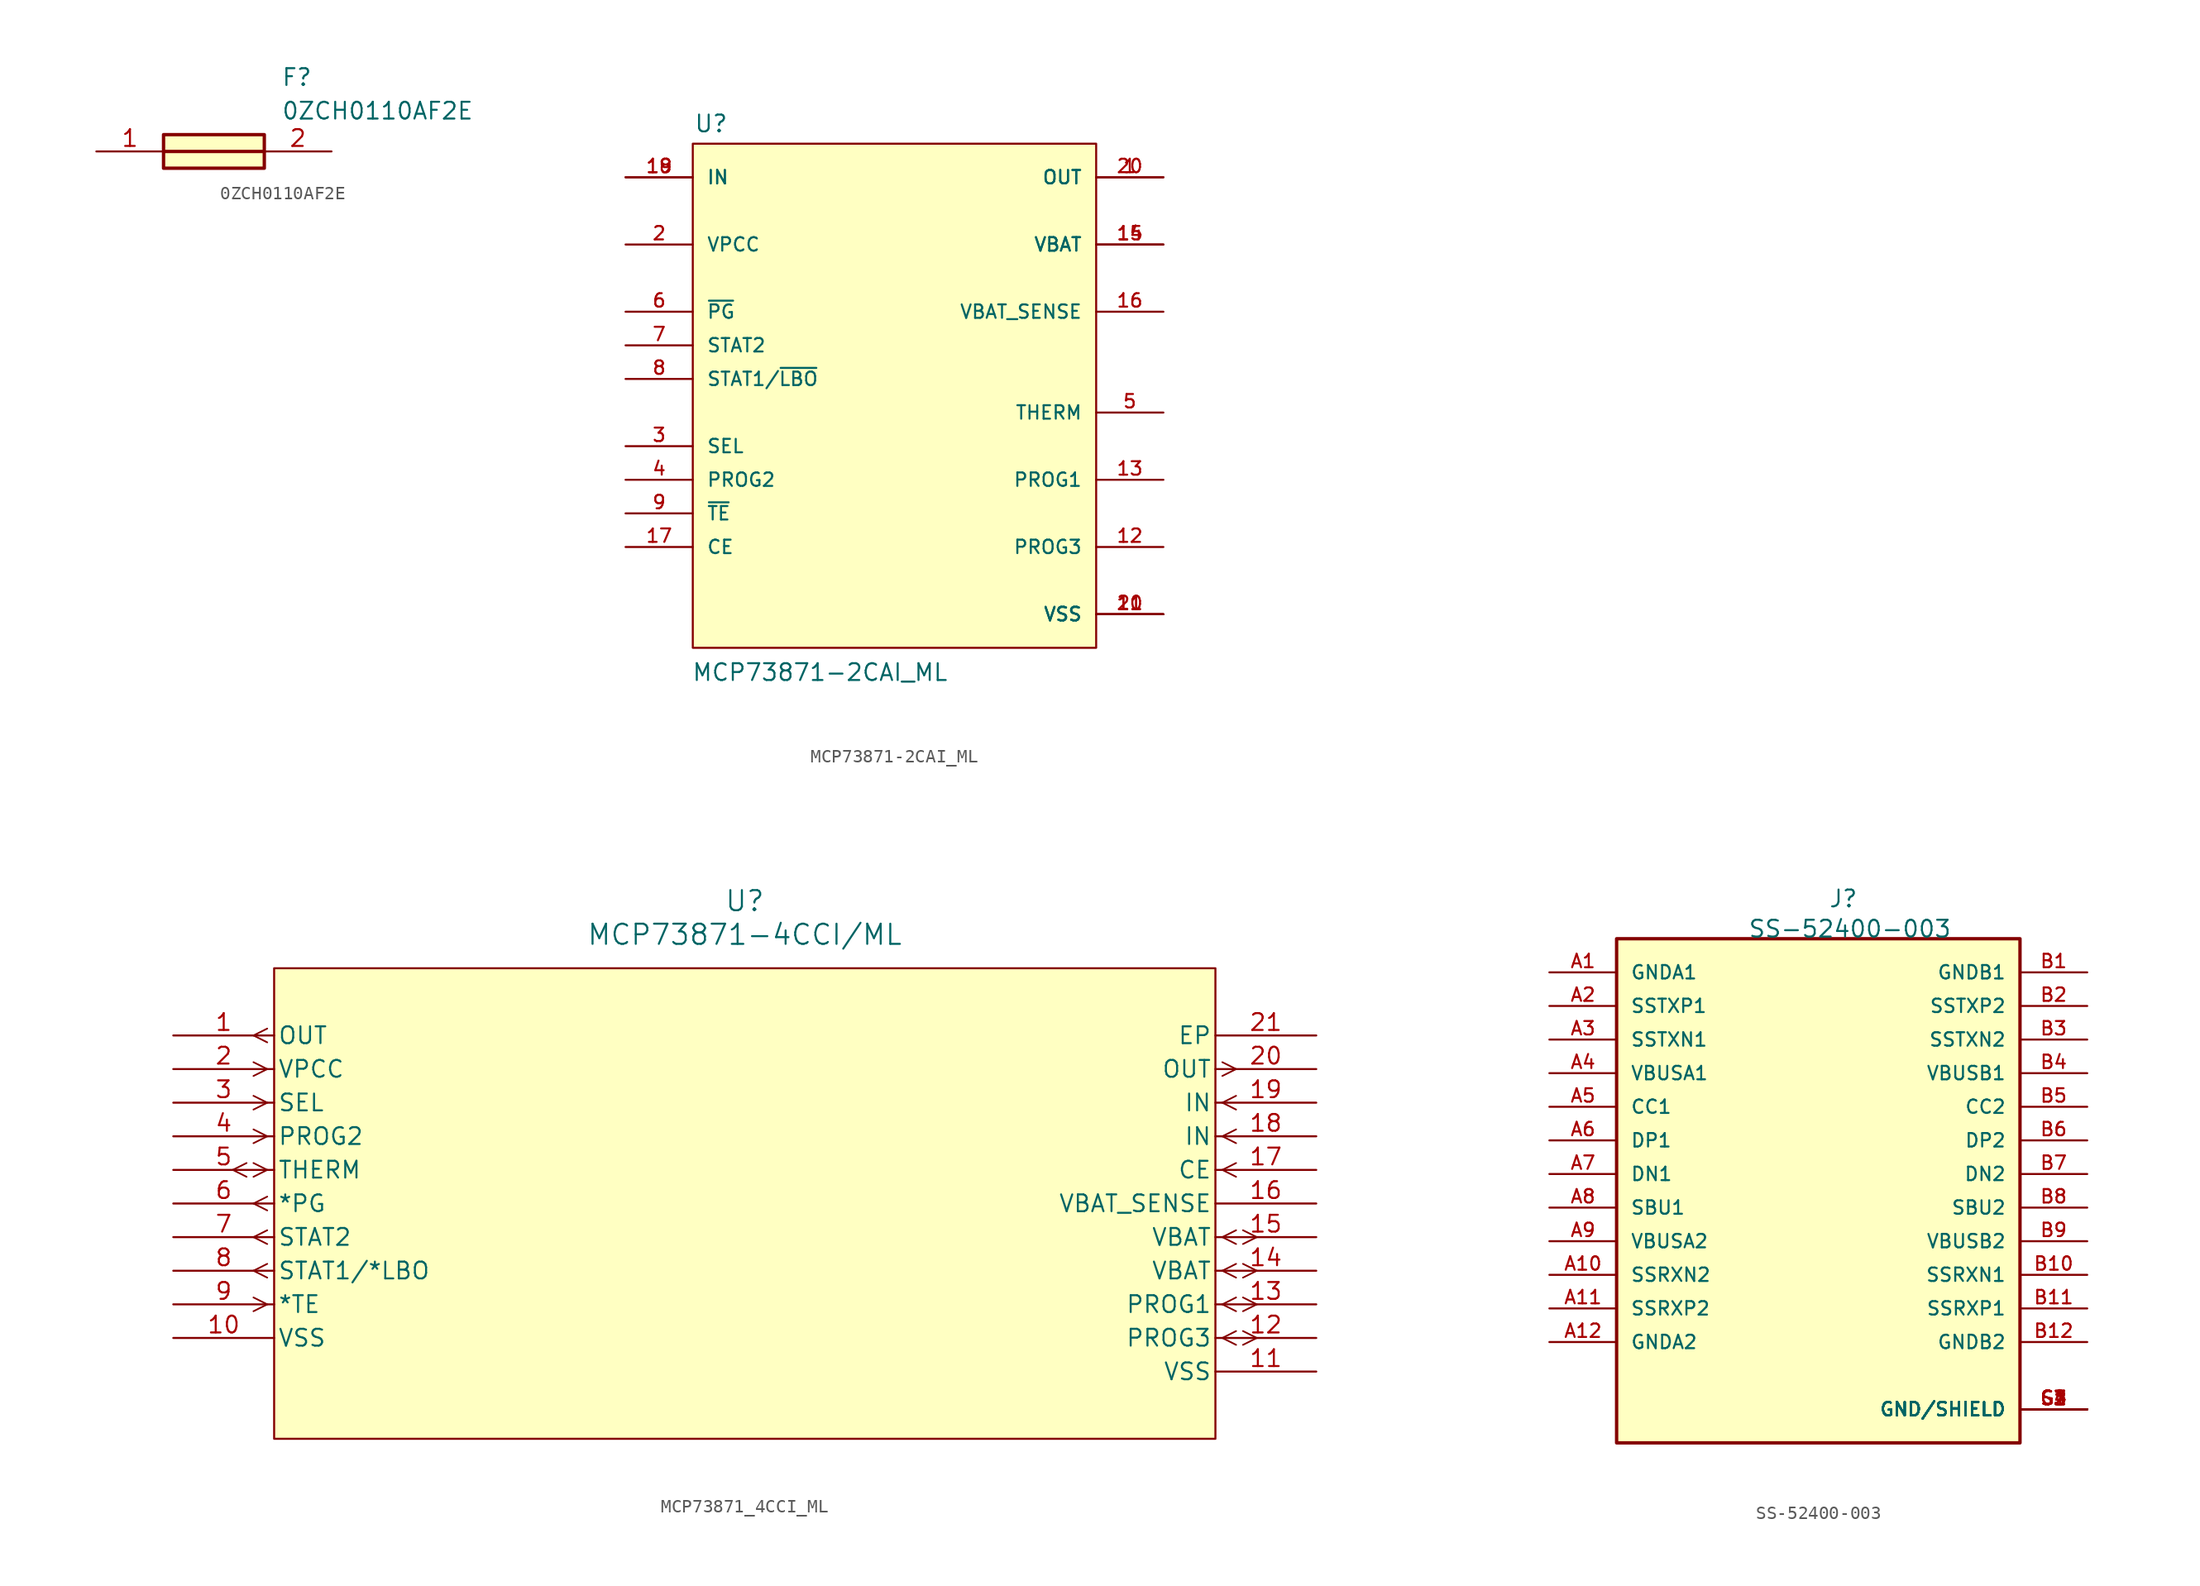
<source format=kicad_sym>
(kicad_symbol_lib
  (version 20241209)
  (generator "kicad_symbol_editor")
  (generator_version "9.0")
  (symbol "0ZCH0110AF2E"
    (pin_names
      (hide yes))
    (property "Reference" "F"
      (at 5.08 6.35 0)
      (effects (font (size 1.27 1.27)) (justify left top)))
    (property "Value" "0ZCH0110AF2E"
      (at 5.08 3.81 0)
      (effects (font (size 1.27 1.27)) (justify left top)))
    (symbol "0ZCH0110AF2E_1_1"
      (rectangle (start -3.81 1.27) (end 3.81 -1.27) (stroke (width 0.254) (type default)) (fill (type background)))
      (polyline (pts (xy -3.81 0) (xy 3.81 0)) (stroke (width 0.254) (type default)) (fill (type none)))
      (pin passive line (at -8.89 0 0) (length 5.08) (name "1" (effects (font (size 1.27 1.27)))) (number "1" (effects (font (size 1.27 1.27)))))
      (pin passive line (at 8.89 0 180) (length 5.08) (name "2" (effects (font (size 1.27 1.27)))) (number "2" (effects (font (size 1.27 1.27)))))))
  (symbol "MCP73871-2CAI_ML"
    (pin_names
      (offset 1.016))
    (property "Reference" "U"
      (at -15.168 18.548 0)
      (effects (font (size 1.27 1.27)) (justify left bottom)))
    (property "Value" "MCP73871-2CAI_ML"
      (at -15.339 -22.916 0)
      (effects (font (size 1.27 1.27)) (justify left bottom)))
    (symbol "MCP73871-2CAI_ML_0_0"
      (rectangle (start -15.24 17.78) (end 15.24 -20.32) (stroke (width 0.152) (type default)) (fill (type background)))
      (pin input line (at -20.32 15.24 0) (length 5.08) (name "IN" (effects (font (size 1.016 1.016)))) (number "18" (effects (font (size 1.016 1.016)))))
      (pin input line (at -20.32 15.24 0) (length 5.08) (name "IN" (effects (font (size 1.016 1.016)))) (number "19" (effects (font (size 1.016 1.016)))))
      (pin input line (at -20.32 10.16 0) (length 5.08) (name "VPCC" (effects (font (size 1.016 1.016)))) (number "2" (effects (font (size 1.016 1.016)))))
      (pin output line (at -20.32 5.08 0) (length 5.08) (name "~{PG}" (effects (font (size 1.016 1.016)))) (number "6" (effects (font (size 1.016 1.016)))))
      (pin output line (at -20.32 2.54 0) (length 5.08) (name "STAT2" (effects (font (size 1.016 1.016)))) (number "7" (effects (font (size 1.016 1.016)))))
      (pin output line (at -20.32 0 0) (length 5.08) (name "STAT1/~{LBO}" (effects (font (size 1.016 1.016)))) (number "8" (effects (font (size 1.016 1.016)))))
      (pin input line (at -20.32 -5.08 0) (length 5.08) (name "SEL" (effects (font (size 1.016 1.016)))) (number "3" (effects (font (size 1.016 1.016)))))
      (pin input line (at -20.32 -7.62 0) (length 5.08) (name "PROG2" (effects (font (size 1.016 1.016)))) (number "4" (effects (font (size 1.016 1.016)))))
      (pin input line (at -20.32 -10.16 0) (length 5.08) (name "~{TE}" (effects (font (size 1.016 1.016)))) (number "9" (effects (font (size 1.016 1.016)))))
      (pin input line (at -20.32 -12.7 0) (length 5.08) (name "CE" (effects (font (size 1.016 1.016)))) (number "17" (effects (font (size 1.016 1.016)))))
      (pin output line (at 20.32 15.24 180) (length 5.08) (name "OUT" (effects (font (size 1.016 1.016)))) (number "1" (effects (font (size 1.016 1.016)))))
      (pin output line (at 20.32 15.24 180) (length 5.08) (name "OUT" (effects (font (size 1.016 1.016)))) (number "20" (effects (font (size 1.016 1.016)))))
      (pin bidirectional line (at 20.32 10.16 180) (length 5.08) (name "VBAT" (effects (font (size 1.016 1.016)))) (number "14" (effects (font (size 1.016 1.016)))))
      (pin bidirectional line (at 20.32 10.16 180) (length 5.08) (name "VBAT" (effects (font (size 1.016 1.016)))) (number "15" (effects (font (size 1.016 1.016)))))
      (pin bidirectional line (at 20.32 5.08 180) (length 5.08) (name "VBAT_SENSE" (effects (font (size 1.016 1.016)))) (number "16" (effects (font (size 1.016 1.016)))))
      (pin bidirectional line (at 20.32 -2.54 180) (length 5.08) (name "THERM" (effects (font (size 1.016 1.016)))) (number "5" (effects (font (size 1.016 1.016)))))
      (pin bidirectional line (at 20.32 -7.62 180) (length 5.08) (name "PROG1" (effects (font (size 1.016 1.016)))) (number "13" (effects (font (size 1.016 1.016)))))
      (pin bidirectional line (at 20.32 -12.7 180) (length 5.08) (name "PROG3" (effects (font (size 1.016 1.016)))) (number "12" (effects (font (size 1.016 1.016)))))
      (pin power_in line (at 20.32 -17.78 180) (length 5.08) (name "VSS" (effects (font (size 1.016 1.016)))) (number "10" (effects (font (size 1.016 1.016)))))
      (pin power_in line (at 20.32 -17.78 180) (length 5.08) (name "VSS" (effects (font (size 1.016 1.016)))) (number "11" (effects (font (size 1.016 1.016)))))
      (pin power_in line (at 20.32 -17.78 180) (length 5.08) (name "VSS" (effects (font (size 1.016 1.016)))) (number "21" (effects (font (size 1.016 1.016)))))))
  (symbol "MCP73871_4CCI_ML"
    (pin_names
      (offset 0.254))
    (property "Reference" "U"
      (at 1.27 20.32 0)
      (effects (font (size 1.524 1.524))))
    (property "Value" "MCP73871-4CCI/ML"
      (at 1.27 17.78 0)
      (effects (font (size 1.524 1.524))))
    (property "ki_locked" ""
      (at 0 0 0)
      (effects (font (size 1.27 1.27))))
    (symbol "MCP73871_4CCI_ML_0_1"
      (polyline (pts (xy -36.373 0.521) (xy -37.414 0)) (stroke (width 0.127) (type default)) (fill (type none)))
      (polyline (pts (xy -36.373 -0.521) (xy -37.414 0)) (stroke (width 0.127) (type default)) (fill (type none)))
      (polyline (pts (xy -34.811 10.681) (xy -35.852 10.16)) (stroke (width 0.127) (type default)) (fill (type none)))
      (polyline (pts (xy -34.811 9.639) (xy -35.852 10.16)) (stroke (width 0.127) (type default)) (fill (type none)))
      (polyline (pts (xy -34.811 7.62) (xy -35.852 8.141)) (stroke (width 0.127) (type default)) (fill (type none)))
      (polyline (pts (xy -34.811 7.62) (xy -35.852 7.099)) (stroke (width 0.127) (type default)) (fill (type none)))
      (polyline (pts (xy -34.811 5.08) (xy -35.852 5.601)) (stroke (width 0.127) (type default)) (fill (type none)))
      (polyline (pts (xy -34.811 5.08) (xy -35.852 4.559)) (stroke (width 0.127) (type default)) (fill (type none)))
      (polyline (pts (xy -34.811 2.54) (xy -35.852 3.061)) (stroke (width 0.127) (type default)) (fill (type none)))
      (polyline (pts (xy -34.811 2.54) (xy -35.852 2.019)) (stroke (width 0.127) (type default)) (fill (type none)))
      (polyline (pts (xy -34.811 0) (xy -35.852 0.521)) (stroke (width 0.127) (type default)) (fill (type none)))
      (polyline (pts (xy -34.811 0) (xy -35.852 -0.521)) (stroke (width 0.127) (type default)) (fill (type none)))
      (polyline (pts (xy -34.811 -2.019) (xy -35.852 -2.54)) (stroke (width 0.127) (type default)) (fill (type none)))
      (polyline (pts (xy -34.811 -3.061) (xy -35.852 -2.54)) (stroke (width 0.127) (type default)) (fill (type none)))
      (polyline (pts (xy -34.811 -4.559) (xy -35.852 -5.08)) (stroke (width 0.127) (type default)) (fill (type none)))
      (polyline (pts (xy -34.811 -5.601) (xy -35.852 -5.08)) (stroke (width 0.127) (type default)) (fill (type none)))
      (polyline (pts (xy -34.811 -7.099) (xy -35.852 -7.62)) (stroke (width 0.127) (type default)) (fill (type none)))
      (polyline (pts (xy -34.811 -8.141) (xy -35.852 -7.62)) (stroke (width 0.127) (type default)) (fill (type none)))
      (polyline (pts (xy -34.811 -10.16) (xy -35.852 -9.639)) (stroke (width 0.127) (type default)) (fill (type none)))
      (polyline (pts (xy -34.811 -10.16) (xy -35.852 -10.681)) (stroke (width 0.127) (type default)) (fill (type none)))
      (polyline (pts (xy 37.351 8.141) (xy 38.392 7.62)) (stroke (width 0.127) (type default)) (fill (type none)))
      (polyline (pts (xy 37.351 7.099) (xy 38.392 7.62)) (stroke (width 0.127) (type default)) (fill (type none)))
      (polyline (pts (xy 37.351 5.08) (xy 38.392 5.601)) (stroke (width 0.127) (type default)) (fill (type none)))
      (polyline (pts (xy 37.351 5.08) (xy 38.392 4.559)) (stroke (width 0.127) (type default)) (fill (type none)))
      (polyline (pts (xy 37.351 2.54) (xy 38.392 3.061)) (stroke (width 0.127) (type default)) (fill (type none)))
      (polyline (pts (xy 37.351 2.54) (xy 38.392 2.019)) (stroke (width 0.127) (type default)) (fill (type none)))
      (polyline (pts (xy 37.351 0) (xy 38.392 0.521)) (stroke (width 0.127) (type default)) (fill (type none)))
      (polyline (pts (xy 37.351 0) (xy 38.392 -0.521)) (stroke (width 0.127) (type default)) (fill (type none)))
      (polyline (pts (xy 37.351 -5.08) (xy 38.392 -4.559)) (stroke (width 0.127) (type default)) (fill (type none)))
      (polyline (pts (xy 37.351 -5.08) (xy 38.392 -5.601)) (stroke (width 0.127) (type default)) (fill (type none)))
      (polyline (pts (xy 37.351 -7.62) (xy 38.392 -7.099)) (stroke (width 0.127) (type default)) (fill (type none)))
      (polyline (pts (xy 37.351 -7.62) (xy 38.392 -8.141)) (stroke (width 0.127) (type default)) (fill (type none)))
      (polyline (pts (xy 37.351 -10.16) (xy 38.392 -9.639)) (stroke (width 0.127) (type default)) (fill (type none)))
      (polyline (pts (xy 37.351 -10.16) (xy 38.392 -10.681)) (stroke (width 0.127) (type default)) (fill (type none)))
      (polyline (pts (xy 37.351 -12.7) (xy 38.392 -12.179)) (stroke (width 0.127) (type default)) (fill (type none)))
      (polyline (pts (xy 37.351 -12.7) (xy 38.392 -13.221)) (stroke (width 0.127) (type default)) (fill (type none)))
      (polyline (pts (xy 38.913 -4.559) (xy 39.954 -5.08)) (stroke (width 0.127) (type default)) (fill (type none)))
      (polyline (pts (xy 38.913 -5.601) (xy 39.954 -5.08)) (stroke (width 0.127) (type default)) (fill (type none)))
      (polyline (pts (xy 38.913 -7.099) (xy 39.954 -7.62)) (stroke (width 0.127) (type default)) (fill (type none)))
      (polyline (pts (xy 38.913 -8.141) (xy 39.954 -7.62)) (stroke (width 0.127) (type default)) (fill (type none)))
      (polyline (pts (xy 38.913 -9.639) (xy 39.954 -10.16)) (stroke (width 0.127) (type default)) (fill (type none)))
      (polyline (pts (xy 38.913 -10.681) (xy 39.954 -10.16)) (stroke (width 0.127) (type default)) (fill (type none)))
      (polyline (pts (xy 38.913 -12.179) (xy 39.954 -12.7)) (stroke (width 0.127) (type default)) (fill (type none)))
      (polyline (pts (xy 38.913 -13.221) (xy 39.954 -12.7)) (stroke (width 0.127) (type default)) (fill (type none)))
      (pin output line (at -41.91 10.16 0) (length 7.62) (name "OUT" (effects (font (size 1.27 1.27)))) (number "1" (effects (font (size 1.27 1.27)))))
      (pin input line (at -41.91 7.62 0) (length 7.62) (name "VPCC" (effects (font (size 1.27 1.27)))) (number "2" (effects (font (size 1.27 1.27)))))
      (pin input line (at -41.91 5.08 0) (length 7.62) (name "SEL" (effects (font (size 1.27 1.27)))) (number "3" (effects (font (size 1.27 1.27)))))
      (pin input line (at -41.91 2.54 0) (length 7.62) (name "PROG2" (effects (font (size 1.27 1.27)))) (number "4" (effects (font (size 1.27 1.27)))))
      (pin bidirectional line (at -41.91 0 0) (length 7.62) (name "THERM" (effects (font (size 1.27 1.27)))) (number "5" (effects (font (size 1.27 1.27)))))
      (pin output line (at -41.91 -2.54 0) (length 7.62) (name "*PG" (effects (font (size 1.27 1.27)))) (number "6" (effects (font (size 1.27 1.27)))))
      (pin output line (at -41.91 -5.08 0) (length 7.62) (name "STAT2" (effects (font (size 1.27 1.27)))) (number "7" (effects (font (size 1.27 1.27)))))
      (pin output line (at -41.91 -7.62 0) (length 7.62) (name "STAT1/*LBO" (effects (font (size 1.27 1.27)))) (number "8" (effects (font (size 1.27 1.27)))))
      (pin input line (at -41.91 -10.16 0) (length 7.62) (name "*TE" (effects (font (size 1.27 1.27)))) (number "9" (effects (font (size 1.27 1.27)))))
      (pin power_in line (at -41.91 -12.7 0) (length 7.62) (name "VSS" (effects (font (size 1.27 1.27)))) (number "10" (effects (font (size 1.27 1.27)))))
      (pin unspecified line (at 44.45 10.16 180) (length 7.62) (name "EP" (effects (font (size 1.27 1.27)))) (number "21" (effects (font (size 1.27 1.27)))))
      (pin output line (at 44.45 7.62 180) (length 7.62) (name "OUT" (effects (font (size 1.27 1.27)))) (number "20" (effects (font (size 1.27 1.27)))))
      (pin input line (at 44.45 5.08 180) (length 7.62) (name "IN" (effects (font (size 1.27 1.27)))) (number "19" (effects (font (size 1.27 1.27)))))
      (pin input line (at 44.45 2.54 180) (length 7.62) (name "IN" (effects (font (size 1.27 1.27)))) (number "18" (effects (font (size 1.27 1.27)))))
      (pin input line (at 44.45 0 180) (length 7.62) (name "CE" (effects (font (size 1.27 1.27)))) (number "17" (effects (font (size 1.27 1.27)))))
      (pin unspecified line (at 44.45 -2.54 180) (length 7.62) (name "VBAT_SENSE" (effects (font (size 1.27 1.27)))) (number "16" (effects (font (size 1.27 1.27)))))
      (pin bidirectional line (at 44.45 -5.08 180) (length 7.62) (name "VBAT" (effects (font (size 1.27 1.27)))) (number "15" (effects (font (size 1.27 1.27)))))
      (pin bidirectional line (at 44.45 -7.62 180) (length 7.62) (name "VBAT" (effects (font (size 1.27 1.27)))) (number "14" (effects (font (size 1.27 1.27)))))
      (pin bidirectional line (at 44.45 -10.16 180) (length 7.62) (name "PROG1" (effects (font (size 1.27 1.27)))) (number "13" (effects (font (size 1.27 1.27)))))
      (pin bidirectional line (at 44.45 -12.7 180) (length 7.62) (name "PROG3" (effects (font (size 1.27 1.27)))) (number "12" (effects (font (size 1.27 1.27)))))
      (pin power_in line (at 44.45 -15.24 180) (length 7.62) (name "VSS" (effects (font (size 1.27 1.27)))) (number "11" (effects (font (size 1.27 1.27))))))
    (symbol "MCP73871_4CCI_ML_1_1"
      (rectangle (start -34.29 15.24) (end 36.83 -20.32) (stroke (width 0) (type solid)) (fill (type background)))))
  (symbol "SS-52400-003"
    (pin_names
      (offset 1.016))
    (property "Reference" "J"
      (at -0.508 20.066 0)
      (effects (font (size 1.27 1.27)) (justify left bottom)))
    (property "Value" "SS-52400-003"
      (at -6.604 17.78 0)
      (effects (font (size 1.27 1.27)) (justify left bottom)))
    (symbol "SS-52400-003_0_0"
      (rectangle (start -16.51 17.78) (end 13.97 -20.32) (stroke (width 0.254) (type default)) (fill (type background)))
      (pin power_in line (at -21.59 15.24 0) (length 5.08) (name "GNDA1" (effects (font (size 1.016 1.016)))) (number "A1" (effects (font (size 1.016 1.016)))))
      (pin bidirectional line (at -21.59 12.7 0) (length 5.08) (name "SSTXP1" (effects (font (size 1.016 1.016)))) (number "A2" (effects (font (size 1.016 1.016)))))
      (pin bidirectional line (at -21.59 10.16 0) (length 5.08) (name "SSTXN1" (effects (font (size 1.016 1.016)))) (number "A3" (effects (font (size 1.016 1.016)))))
      (pin power_in line (at -21.59 7.62 0) (length 5.08) (name "VBUSA1" (effects (font (size 1.016 1.016)))) (number "A4" (effects (font (size 1.016 1.016)))))
      (pin bidirectional line (at -21.59 5.08 0) (length 5.08) (name "CC1" (effects (font (size 1.016 1.016)))) (number "A5" (effects (font (size 1.016 1.016)))))
      (pin bidirectional line (at -21.59 2.54 0) (length 5.08) (name "DP1" (effects (font (size 1.016 1.016)))) (number "A6" (effects (font (size 1.016 1.016)))))
      (pin bidirectional line (at -21.59 0 0) (length 5.08) (name "DN1" (effects (font (size 1.016 1.016)))) (number "A7" (effects (font (size 1.016 1.016)))))
      (pin bidirectional line (at -21.59 -2.54 0) (length 5.08) (name "SBU1" (effects (font (size 1.016 1.016)))) (number "A8" (effects (font (size 1.016 1.016)))))
      (pin power_in line (at -21.59 -5.08 0) (length 5.08) (name "VBUSA2" (effects (font (size 1.016 1.016)))) (number "A9" (effects (font (size 1.016 1.016)))))
      (pin bidirectional line (at -21.59 -7.62 0) (length 5.08) (name "SSRXN2" (effects (font (size 1.016 1.016)))) (number "A10" (effects (font (size 1.016 1.016)))))
      (pin bidirectional line (at -21.59 -10.16 0) (length 5.08) (name "SSRXP2" (effects (font (size 1.016 1.016)))) (number "A11" (effects (font (size 1.016 1.016)))))
      (pin power_in line (at -21.59 -12.7 0) (length 5.08) (name "GNDA2" (effects (font (size 1.016 1.016)))) (number "A12" (effects (font (size 1.016 1.016)))))
      (pin power_in line (at 19.05 15.24 180) (length 5.08) (name "GNDB1" (effects (font (size 1.016 1.016)))) (number "B1" (effects (font (size 1.016 1.016)))))
      (pin bidirectional line (at 19.05 12.7 180) (length 5.08) (name "SSTXP2" (effects (font (size 1.016 1.016)))) (number "B2" (effects (font (size 1.016 1.016)))))
      (pin bidirectional line (at 19.05 10.16 180) (length 5.08) (name "SSTXN2" (effects (font (size 1.016 1.016)))) (number "B3" (effects (font (size 1.016 1.016)))))
      (pin power_in line (at 19.05 7.62 180) (length 5.08) (name "VBUSB1" (effects (font (size 1.016 1.016)))) (number "B4" (effects (font (size 1.016 1.016)))))
      (pin bidirectional line (at 19.05 5.08 180) (length 5.08) (name "CC2" (effects (font (size 1.016 1.016)))) (number "B5" (effects (font (size 1.016 1.016)))))
      (pin bidirectional line (at 19.05 2.54 180) (length 5.08) (name "DP2" (effects (font (size 1.016 1.016)))) (number "B6" (effects (font (size 1.016 1.016)))))
      (pin bidirectional line (at 19.05 0 180) (length 5.08) (name "DN2" (effects (font (size 1.016 1.016)))) (number "B7" (effects (font (size 1.016 1.016)))))
      (pin bidirectional line (at 19.05 -2.54 180) (length 5.08) (name "SBU2" (effects (font (size 1.016 1.016)))) (number "B8" (effects (font (size 1.016 1.016)))))
      (pin power_in line (at 19.05 -5.08 180) (length 5.08) (name "VBUSB2" (effects (font (size 1.016 1.016)))) (number "B9" (effects (font (size 1.016 1.016)))))
      (pin bidirectional line (at 19.05 -7.62 180) (length 5.08) (name "SSRXN1" (effects (font (size 1.016 1.016)))) (number "B10" (effects (font (size 1.016 1.016)))))
      (pin bidirectional line (at 19.05 -10.16 180) (length 5.08) (name "SSRXP1" (effects (font (size 1.016 1.016)))) (number "B11" (effects (font (size 1.016 1.016)))))
      (pin power_in line (at 19.05 -12.7 180) (length 5.08) (name "GNDB2" (effects (font (size 1.016 1.016)))) (number "B12" (effects (font (size 1.016 1.016)))))
      (pin power_in line (at 19.05 -17.78 180) (length 5.08) (name "GND/SHIELD" (effects (font (size 1.016 1.016)))) (number "G1" (effects (font (size 1.016 1.016)))))
      (pin power_in line (at 19.05 -17.78 180) (length 5.08) (name "GND/SHIELD" (effects (font (size 1.016 1.016)))) (number "G2" (effects (font (size 1.016 1.016)))))
      (pin power_in line (at 19.05 -17.78 180) (length 5.08) (name "GND/SHIELD" (effects (font (size 1.016 1.016)))) (number "G3" (effects (font (size 1.016 1.016)))))
      (pin power_in line (at 19.05 -17.78 180) (length 5.08) (name "GND/SHIELD" (effects (font (size 1.016 1.016)))) (number "G4" (effects (font (size 1.016 1.016)))))
      (pin power_in line (at 19.05 -17.78 180) (length 5.08) (name "GND/SHIELD" (effects (font (size 1.016 1.016)))) (number "S1" (effects (font (size 1.016 1.016)))))
      (pin power_in line (at 19.05 -17.78 180) (length 5.08) (name "GND/SHIELD" (effects (font (size 1.016 1.016)))) (number "S2" (effects (font (size 1.016 1.016)))))
      (pin power_in line (at 19.05 -17.78 180) (length 5.08) (name "GND/SHIELD" (effects (font (size 1.016 1.016)))) (number "S3" (effects (font (size 1.016 1.016)))))
      (pin power_in line (at 19.05 -17.78 180) (length 5.08) (name "GND/SHIELD" (effects (font (size 1.016 1.016)))) (number "S4" (effects (font (size 1.016 1.016))))))))
</source>
